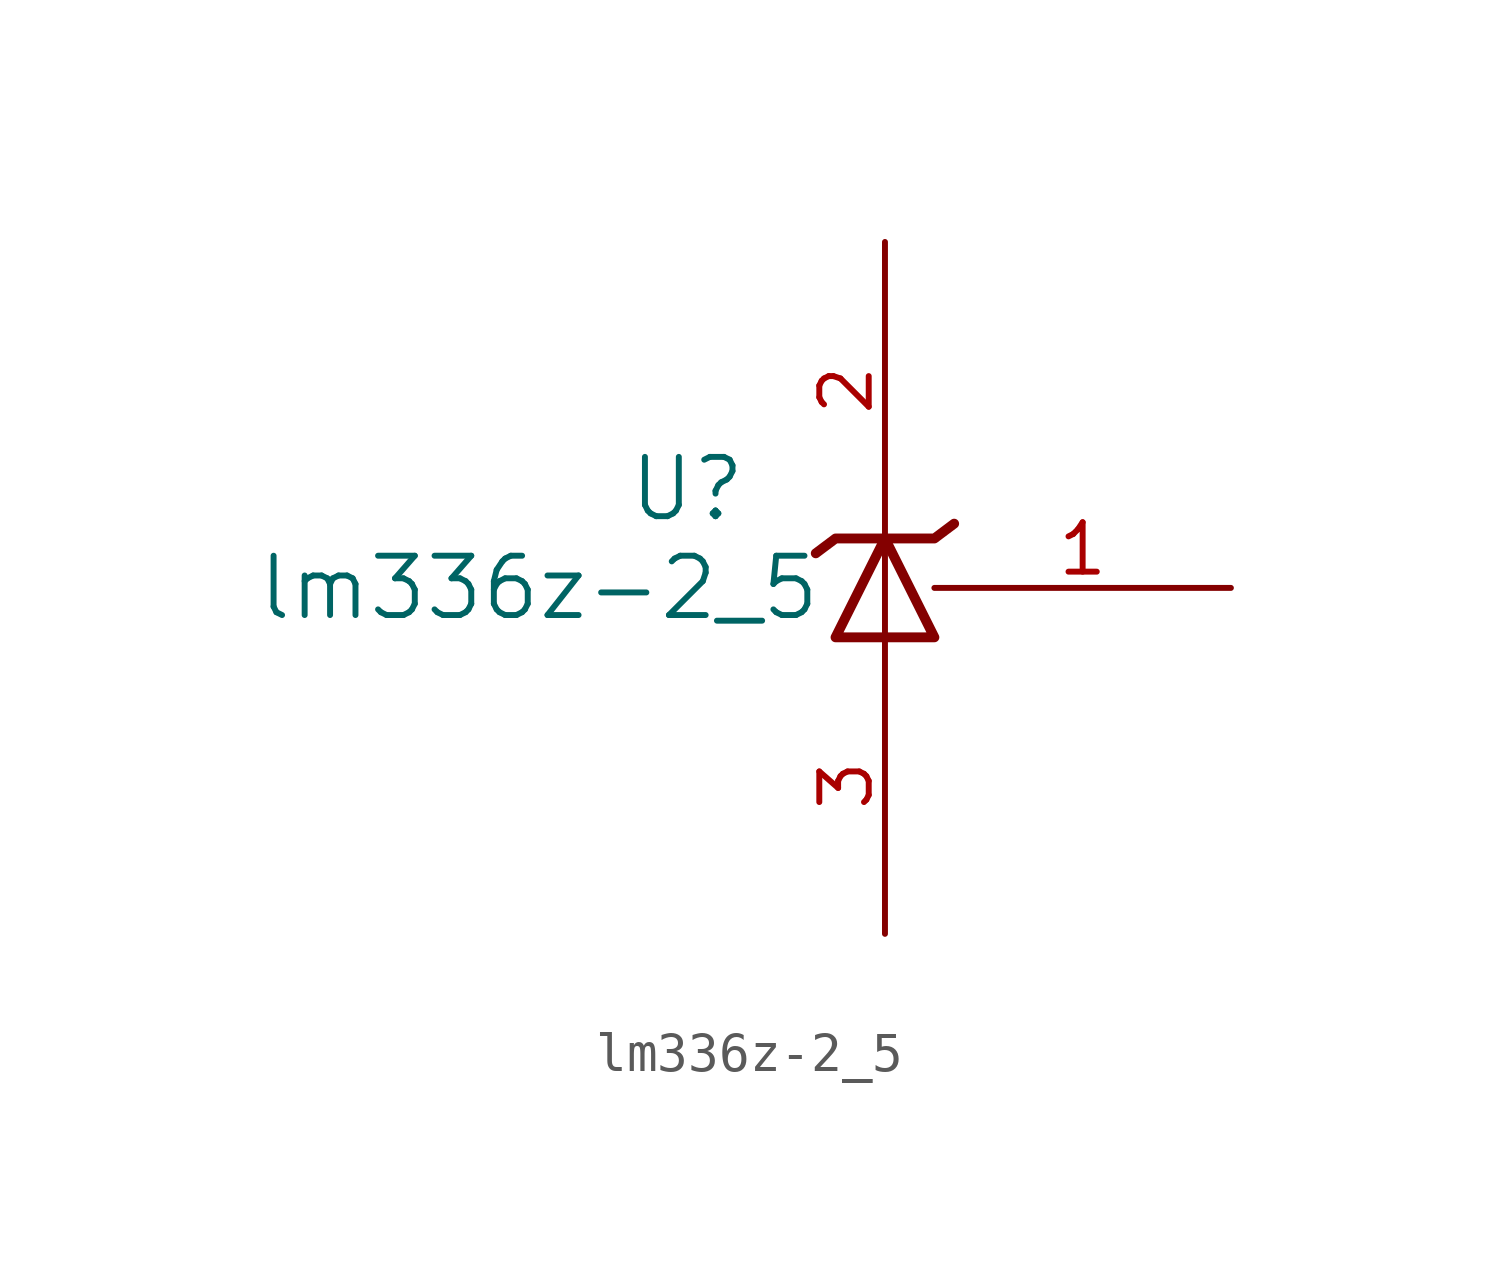
<source format=kicad_sym>
(kicad_symbol_lib
  (version 20220914)
  (generator kicad_symbol_editor)
  (symbol "lm336z-2_5"
    (pin_names
      (offset 0.254))
    (property "Reference" "U"
      (at 7.62 -1.27 0)
      (effects (font (size 1.524 1.524))))
    (property "Value" "lm336z-2_5"
      (at 3.81 -3.81 0)
      (effects (font (size 1.524 1.524))))
    (property "ki_locked" ""
      (at 0 0 0)
      (effects (font (size 1.27 1.27))))
    (symbol "lm336z-2_5_0_1"
      (polyline (pts (xy 12.7 -5.08) (xy 12.7 -2.54)) (stroke (width 0) (type default)) (fill (type none)))
      (polyline (pts (xy 11.43 -5.08) (xy 13.97 -5.08) (xy 12.7 -2.54) (xy 11.43 -5.08)) (stroke (width 0.254) (type default)) (fill (type none))))
    (symbol "lm336z-2_5_1_1"
      (polyline (pts (xy 10.922 -2.921) (xy 11.43 -2.54) (xy 13.97 -2.54) (xy 14.478 -2.159)) (stroke (width 0.254) (type default)) (fill (type none)))
      (pin unspecified line (at 21.59 -3.81 180) (length 7.62) (name "ADJ" (effects (font (size 0 0)))) (number "1" (effects (font (size 1.27 1.27)))))
      (pin passive line (at 12.7 5.08 270) (length 7.62) (name "+V" (effects (font (size 0 0)))) (number "2" (effects (font (size 1.27 1.27)))))
      (pin passive line (at 12.7 -12.7 90) (length 7.62) (name "-V" (effects (font (size 0 0)))) (number "3" (effects (font (size 1.27 1.27))))))))
</source>
